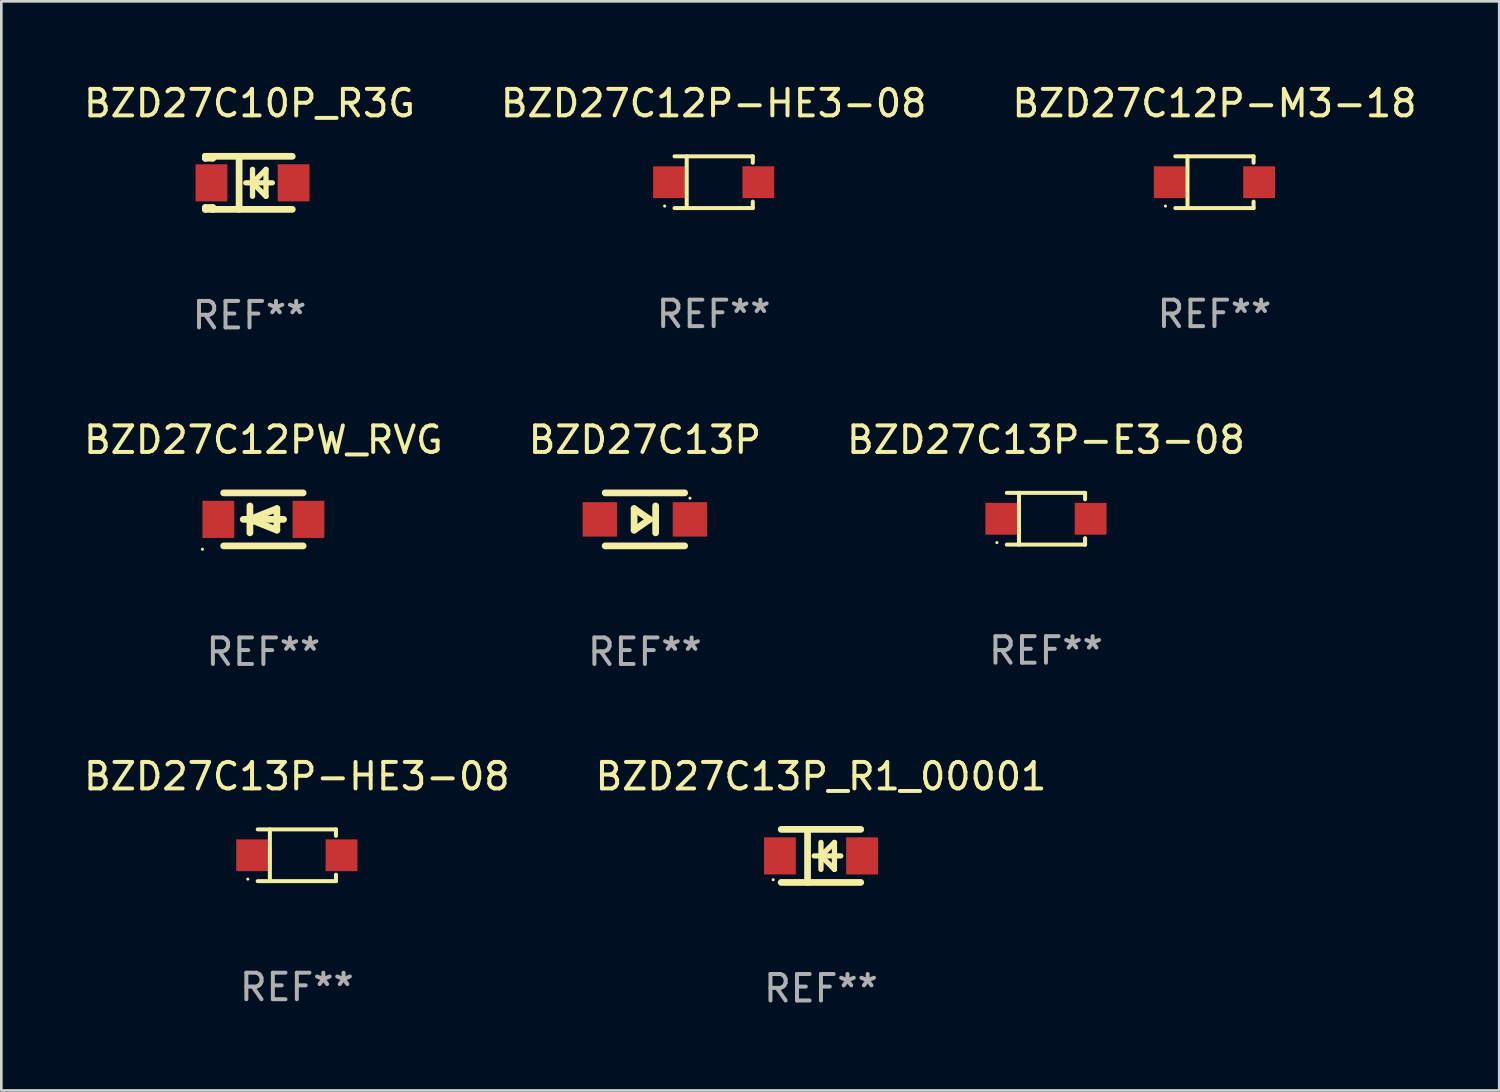
<source format=kicad_pcb>
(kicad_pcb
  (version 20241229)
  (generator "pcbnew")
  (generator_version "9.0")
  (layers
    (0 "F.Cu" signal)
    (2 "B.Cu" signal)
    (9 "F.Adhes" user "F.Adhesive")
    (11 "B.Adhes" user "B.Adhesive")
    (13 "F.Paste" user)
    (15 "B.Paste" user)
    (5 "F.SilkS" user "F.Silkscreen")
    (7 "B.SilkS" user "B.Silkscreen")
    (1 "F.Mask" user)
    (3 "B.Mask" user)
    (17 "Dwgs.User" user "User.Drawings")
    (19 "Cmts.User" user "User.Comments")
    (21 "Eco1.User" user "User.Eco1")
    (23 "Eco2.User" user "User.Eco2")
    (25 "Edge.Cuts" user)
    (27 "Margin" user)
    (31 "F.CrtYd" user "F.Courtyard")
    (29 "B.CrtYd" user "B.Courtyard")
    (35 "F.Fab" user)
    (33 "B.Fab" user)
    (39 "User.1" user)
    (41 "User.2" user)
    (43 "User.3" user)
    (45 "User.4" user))
  (footprint "BZD27C12P-HE3-08"
    (layer "F.Cu")
    (at 23.875 3.824)
    (property "Reference" "BZD27C12P-HE3-08" (at 0 -2.976 0) (layer "F.SilkS") (effects (font (size 1 1) (thickness 0.15))))
    (attr through_hole)
    (fp_line (start -1.476 -0.976) (end 1.476 -0.976) (stroke (width 0.152) (type solid)) (layer "F.SilkS"))
    (fp_line (start -1.476 0.976) (end 1.476 0.976) (stroke (width 0.152) (type solid)) (layer "F.SilkS"))
    (fp_line (start -1.017 -0.976) (end -1.017 0.976) (stroke (width 0.152) (type solid)) (layer "F.SilkS"))
    (fp_line (start 1.476 -0.976) (end 1.476 -0.733) (stroke (width 0.152) (type solid)) (layer "F.SilkS"))
    (fp_line (start 1.476 0.976) (end 1.476 0.733) (stroke (width 0.152) (type solid)) (layer "F.SilkS"))
    (fp_circle (center -1.85 0.9) (end -1.82 0.9) (stroke (width 0.06) (type solid)) (fill no) (layer "F.SilkS"))
    (fp_text user "REF**" (at 0 4.976 0) (layer "F.Fab") (effects (font (size 1 1) (thickness 0.15))))
    (pad "1" smd rect (at -1.685 0) (size 1.2 1.2) (layers "F.Cu" "F.Mask" "F.Paste"))
    (pad "2" smd rect (at 1.685 0) (size 1.2 1.2) (layers "F.Cu" "F.Mask" "F.Paste")))
  (footprint "BZD27C13P-HE3-08"
    (layer "F.Cu")
    (at 8.149 29.217)
    (property "Reference" "BZD27C13P-HE3-08" (at 0 -2.976 0) (layer "F.SilkS") (effects (font (size 1 1) (thickness 0.15))))
    (attr through_hole)
    (fp_line (start -1.476 -0.976) (end 1.476 -0.976) (stroke (width 0.152) (type solid)) (layer "F.SilkS"))
    (fp_line (start -1.476 0.976) (end 1.476 0.976) (stroke (width 0.152) (type solid)) (layer "F.SilkS"))
    (fp_line (start -1.017 -0.976) (end -1.017 0.976) (stroke (width 0.152) (type solid)) (layer "F.SilkS"))
    (fp_line (start 1.476 -0.976) (end 1.476 -0.733) (stroke (width 0.152) (type solid)) (layer "F.SilkS"))
    (fp_line (start 1.476 0.976) (end 1.476 0.733) (stroke (width 0.152) (type solid)) (layer "F.SilkS"))
    (fp_circle (center -1.85 0.9) (end -1.82 0.9) (stroke (width 0.06) (type solid)) (fill no) (layer "F.SilkS"))
    (fp_text user "REF**" (at 0 4.976 0) (layer "F.Fab") (effects (font (size 1 1) (thickness 0.15))))
    (pad "1" smd rect (at -1.685 0) (size 1.2 1.2) (layers "F.Cu" "F.Mask" "F.Paste"))
    (pad "2" smd rect (at 1.685 0) (size 1.2 1.2) (layers "F.Cu" "F.Mask" "F.Paste")))
  (footprint "BZD27C10P_R3G"
    (layer "F.Cu")
    (at 6.363 3.848)
    (property "Reference" "BZD27C10P_R3G" (at 0 -3 0) (layer "F.SilkS") (effects (font (size 1 1) (thickness 0.15))))
    (attr through_hole)
    (fp_line (start -1.664 -1) (end -1.664 -0.931) (stroke (width 0.254) (type solid)) (layer "F.SilkS"))
    (fp_line (start -1.664 -0.931) (end -1.664 -1) (stroke (width 0.254) (type solid)) (layer "F.SilkS"))
    (fp_line (start -1.664 0.931) (end -1.386 0.931) (stroke (width 0.254) (type solid)) (layer "F.SilkS"))
    (fp_line (start -1.664 1) (end -1.664 0.931) (stroke (width 0.254) (type solid)) (layer "F.SilkS"))
    (fp_line (start -1.386 -1) (end -1.664 -1) (stroke (width 0.254) (type solid)) (layer "F.SilkS"))
    (fp_line (start -1.386 -1) (end -1.386 -0.931) (stroke (width 0.254) (type solid)) (layer "F.SilkS"))
    (fp_line (start -1.386 -1) (end 1.614 -1) (stroke (width 0.254) (type solid)) (layer "F.SilkS"))
    (fp_line (start -1.386 -0.931) (end -1.664 -0.931) (stroke (width 0.254) (type solid)) (layer "F.SilkS"))
    (fp_line (start -1.386 0.931) (end -1.386 1) (stroke (width 0.254) (type solid)) (layer "F.SilkS"))
    (fp_line (start -1.386 1) (end -1.664 1) (stroke (width 0.254) (type solid)) (layer "F.SilkS"))
    (fp_line (start -1.386 1) (end 1.614 1) (stroke (width 0.254) (type solid)) (layer "F.SilkS"))
    (fp_line (start -0.392 -1) (end -0.392 1) (stroke (width 0.254) (type solid)) (layer "F.SilkS"))
    (fp_line (start -0.14 0) (end 0.86 0) (stroke (width 0.2) (type solid)) (layer "F.SilkS"))
    (fp_line (start 0.114 -0.508) (end 0.114 0.508) (stroke (width 0.2) (type solid)) (layer "F.SilkS"))
    (fp_line (start 0.114 0) (end 0.622 -0.508) (stroke (width 0.2) (type solid)) (layer "F.SilkS"))
    (fp_line (start 0.622 -0.508) (end 0.622 0.508) (stroke (width 0.2) (type solid)) (layer "F.SilkS"))
    (fp_line (start 0.622 0.508) (end 0.114 0) (stroke (width 0.2) (type solid)) (layer "F.SilkS"))
    (fp_circle (center -1.692 0.9) (end -1.662 0.9) (stroke (width 0.06) (type solid)) (fill no) (layer "F.SilkS"))
    (fp_text user "REF**" (at 0 5 0) (layer "F.Fab") (effects (font (size 1 1) (thickness 0.15))))
    (pad "1" smd rect (at -1.436 0) (size 1.2 1.4) (layers "F.Cu" "F.Mask" "F.Paste"))
    (pad "2" smd rect (at 1.664 0) (size 1.2 1.4) (layers "F.Cu" "F.Mask" "F.Paste")))
  (footprint "BZD27C12P-M3-18"
    (layer "F.Cu")
    (at 42.768 3.824)
    (property "Reference" "BZD27C12P-M3-18" (at 0 -2.976 0) (layer "F.SilkS") (effects (font (size 1 1) (thickness 0.15))))
    (attr through_hole)
    (fp_line (start -1.476 -0.976) (end 1.476 -0.976) (stroke (width 0.152) (type solid)) (layer "F.SilkS"))
    (fp_line (start -1.476 0.976) (end 1.476 0.976) (stroke (width 0.152) (type solid)) (layer "F.SilkS"))
    (fp_line (start -1.017 -0.976) (end -1.017 0.976) (stroke (width 0.152) (type solid)) (layer "F.SilkS"))
    (fp_line (start 1.476 -0.976) (end 1.476 -0.733) (stroke (width 0.152) (type solid)) (layer "F.SilkS"))
    (fp_line (start 1.476 0.976) (end 1.476 0.733) (stroke (width 0.152) (type solid)) (layer "F.SilkS"))
    (fp_circle (center -1.85 0.9) (end -1.82 0.9) (stroke (width 0.06) (type solid)) (fill no) (layer "F.SilkS"))
    (fp_text user "REF**" (at 0 4.976 0) (layer "F.Fab") (effects (font (size 1 1) (thickness 0.15))))
    (pad "1" smd rect (at -1.685 0) (size 1.2 1.2) (layers "F.Cu" "F.Mask" "F.Paste"))
    (pad "2" smd rect (at 1.685 0) (size 1.2 1.2) (layers "F.Cu" "F.Mask" "F.Paste")))
  (footprint "BZD27C13P_R1_00001"
    (layer "F.Cu")
    (at 27.923 29.241)
    (property "Reference" "BZD27C13P_R1_00001" (at 0 -3 0) (layer "F.SilkS") (effects (font (size 1 1) (thickness 0.15))))
    (attr through_hole)
    (fp_line (start -1.5 -1) (end 1.5 -1) (stroke (width 0.254) (type solid)) (layer "F.SilkS"))
    (fp_line (start -1.5 1) (end 1.5 1) (stroke (width 0.254) (type solid)) (layer "F.SilkS"))
    (fp_line (start -0.506 -1) (end -0.506 1) (stroke (width 0.254) (type solid)) (layer "F.SilkS"))
    (fp_line (start -0.254 0) (end 0.746 0) (stroke (width 0.2) (type solid)) (layer "F.SilkS"))
    (fp_line (start 0.000102 -0.508) (end 0.000102 0.508) (stroke (width 0.2) (type solid)) (layer "F.SilkS"))
    (fp_line (start 0.000102 0) (end 0.508 -0.508) (stroke (width 0.2) (type solid)) (layer "F.SilkS"))
    (fp_line (start 0.508 -0.508) (end 0.508 0.508) (stroke (width 0.2) (type solid)) (layer "F.SilkS"))
    (fp_line (start 0.508 0.508) (end 0.000102 0) (stroke (width 0.2) (type solid)) (layer "F.SilkS"))
    (fp_circle (center -1.803 0.9) (end -1.773 0.9) (stroke (width 0.06) (type solid)) (fill no) (layer "F.SilkS"))
    (fp_text user "REF**" (at 0 5 0) (layer "F.Fab") (effects (font (size 1 1) (thickness 0.15))))
    (pad "1" smd rect (at -1.55 0) (size 1.2 1.4) (layers "F.Cu" "F.Mask" "F.Paste"))
    (pad "2" smd rect (at 1.55 0) (size 1.2 1.4) (layers "F.Cu" "F.Mask" "F.Paste")))
  (footprint "BZD27C13P"
    (layer "F.Cu")
    (at 21.28 16.545)
    (property "Reference" "BZD27C13P" (at 0 -3 0) (layer "F.SilkS") (effects (font (size 1 1) (thickness 0.15))))
    (attr through_hole)
    (fp_line (start -1.5 -1) (end 1.5 -1) (stroke (width 0.254) (type solid)) (layer "F.SilkS"))
    (fp_line (start -0.406 -0.406) (end 0.178 0) (stroke (width 0.254) (type solid)) (layer "F.SilkS"))
    (fp_line (start -0.406 0.406) (end -0.406 -0.406) (stroke (width 0.254) (type solid)) (layer "F.SilkS"))
    (fp_line (start 0.178 0) (end -0.406 0.406) (stroke (width 0.254) (type solid)) (layer "F.SilkS"))
    (fp_line (start 0.406 0.508) (end 0.406 -0.508) (stroke (width 0.254) (type solid)) (layer "F.SilkS"))
    (fp_line (start 1.5 1) (end -1.5 1) (stroke (width 0.254) (type solid)) (layer "F.SilkS"))
    (fp_circle (center 1.7 -0.8) (end 1.73 -0.8) (stroke (width 0.06) (type solid)) (fill no) (layer "F.SilkS"))
    (fp_text user "REF**" (at 0 5 0) (layer "F.Fab") (effects (font (size 1 1) (thickness 0.15))))
    (pad "1" smd rect (at 1.7 0 180) (size 1.3 1.3) (layers "F.Cu" "F.Mask" "F.Paste"))
    (pad "2" smd rect (at -1.7 0 180) (size 1.3 1.3) (layers "F.Cu" "F.Mask" "F.Paste")))
  (footprint "BZD27C13P-E3-08"
    (layer "F.Cu")
    (at 36.411 16.521)
    (property "Reference" "BZD27C13P-E3-08" (at 0 -2.976 0) (layer "F.SilkS") (effects (font (size 1 1) (thickness 0.15))))
    (attr through_hole)
    (fp_line (start -1.476 -0.976) (end 1.476 -0.976) (stroke (width 0.152) (type solid)) (layer "F.SilkS"))
    (fp_line (start -1.476 0.976) (end 1.476 0.976) (stroke (width 0.152) (type solid)) (layer "F.SilkS"))
    (fp_line (start -1.017 -0.976) (end -1.017 0.976) (stroke (width 0.152) (type solid)) (layer "F.SilkS"))
    (fp_line (start 1.476 -0.976) (end 1.476 -0.733) (stroke (width 0.152) (type solid)) (layer "F.SilkS"))
    (fp_line (start 1.476 0.976) (end 1.476 0.733) (stroke (width 0.152) (type solid)) (layer "F.SilkS"))
    (fp_circle (center -1.85 0.9) (end -1.82 0.9) (stroke (width 0.06) (type solid)) (fill no) (layer "F.SilkS"))
    (fp_text user "REF**" (at 0 4.976 0) (layer "F.Fab") (effects (font (size 1 1) (thickness 0.15))))
    (pad "1" smd rect (at -1.685 0) (size 1.2 1.2) (layers "F.Cu" "F.Mask" "F.Paste"))
    (pad "2" smd rect (at 1.685 0) (size 1.2 1.2) (layers "F.Cu" "F.Mask" "F.Paste")))
  (footprint "BZD27C12PW_RVG"
    (layer "F.Cu")
    (at 6.887 16.545)
    (property "Reference" "BZD27C12PW_RVG" (at 0 -3 0) (layer "F.SilkS") (effects (font (size 1 1) (thickness 0.15))))
    (attr through_hole)
    (fp_line (start -1.5 -1) (end 1.5 -1) (stroke (width 0.254) (type solid)) (layer "F.SilkS"))
    (fp_line (start -1.5 1) (end 1.5 1) (stroke (width 0.254) (type solid)) (layer "F.SilkS"))
    (fp_line (start -0.762 0) (end 0.762 0) (stroke (width 0.254) (type solid)) (layer "F.SilkS"))
    (fp_line (start -0.508 -0.508) (end -0.508 0.508) (stroke (width 0.254) (type solid)) (layer "F.SilkS"))
    (fp_line (start -0.508 0) (end 0.508 -0.406) (stroke (width 0.254) (type solid)) (layer "F.SilkS"))
    (fp_line (start 0.508 -0.406) (end 0.508 0.406) (stroke (width 0.254) (type solid)) (layer "F.SilkS"))
    (fp_line (start 0.508 0.406) (end -0.508 0) (stroke (width 0.254) (type solid)) (layer "F.SilkS"))
    (fp_circle (center -2.3 1.127) (end -2.27 1.127) (stroke (width 0.06) (type solid)) (fill no) (layer "F.SilkS"))
    (fp_text user "REF**" (at 0 5 0) (layer "F.Fab") (effects (font (size 1 1) (thickness 0.15))))
    (pad "1" smd rect (at -1.7 0) (size 1.2 1.4) (layers "F.Cu" "F.Mask" "F.Paste"))
    (pad "2" smd rect (at 1.7 0) (size 1.2 1.4) (layers "F.Cu" "F.Mask" "F.Paste")))
  (gr_rect
    (start -3 -3)
    (end 53.512 38.09)
    (stroke (width 0.1) (type default))
    (fill no)
    (layer "Edge.Cuts")))
</source>
